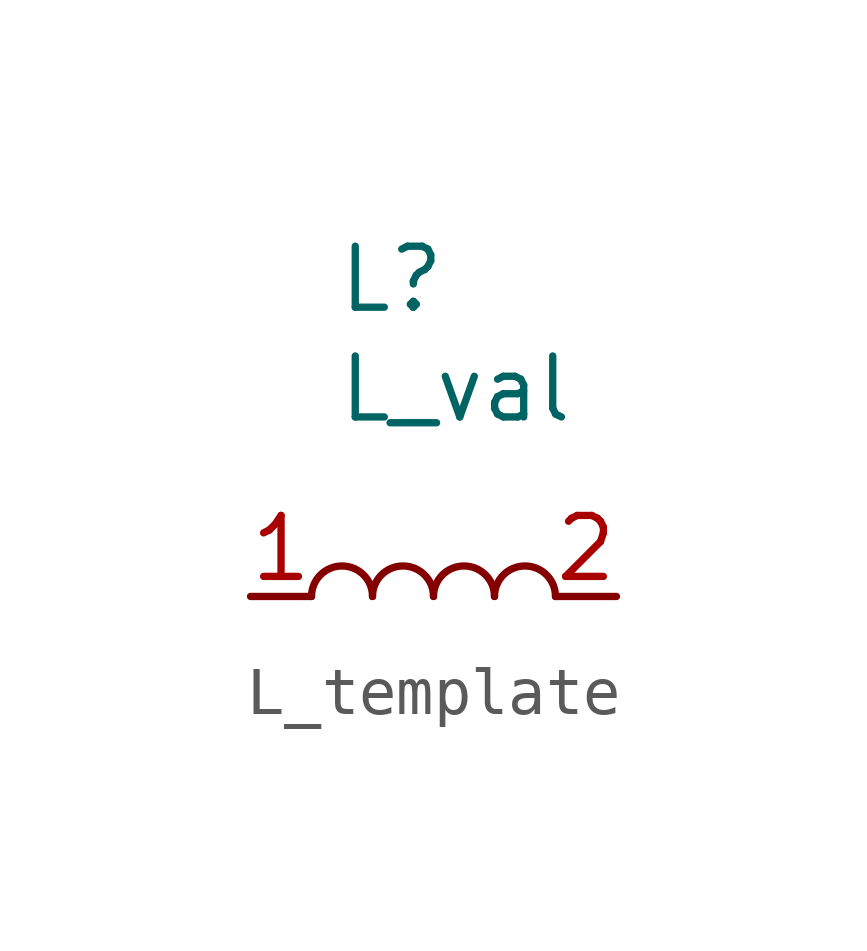
<source format=kicad_sym>
(kicad_symbol_lib
  (version 20241209)
  (generator "kicad_symbol_editor")
  (generator_version "9.0")
  (symbol "L_template"
    (property "Reference" "L"
      (at -2.032 6.604 0)
      (effects (font (size 1.27 1.27)) (justify left)))
    (property "Value" "L_val"
      (at -2.032 4.318 0)
      (effects (font (size 1.27 1.27)) (justify left)))
    (symbol "L_template_0_1"
      (arc (start -2.54 0) (mid -1.905 0.6323) (end -1.27 0) (stroke (width 0) (type default)) (fill (type none)))
      (arc (start -1.27 0) (mid -0.635 0.6323) (end 0 0) (stroke (width 0) (type default)) (fill (type none)))
      (arc (start 0 0) (mid 0.635 0.6323) (end 1.27 0) (stroke (width 0) (type default)) (fill (type none)))
      (arc (start 1.27 0) (mid 1.905 0.6323) (end 2.54 0) (stroke (width 0) (type default)) (fill (type none))))
    (symbol "L_template_1_1"
      (pin passive line (at -3.81 0 0) (length 1.27) (name "" (effects (font (size 1.27 1.27)))) (number "1" (effects (font (size 1.27 1.27)))))
      (pin passive line (at 3.81 0 180) (length 1.27) (name "" (effects (font (size 1.27 1.27)))) (number "2" (effects (font (size 1.27 1.27))))))))
</source>
